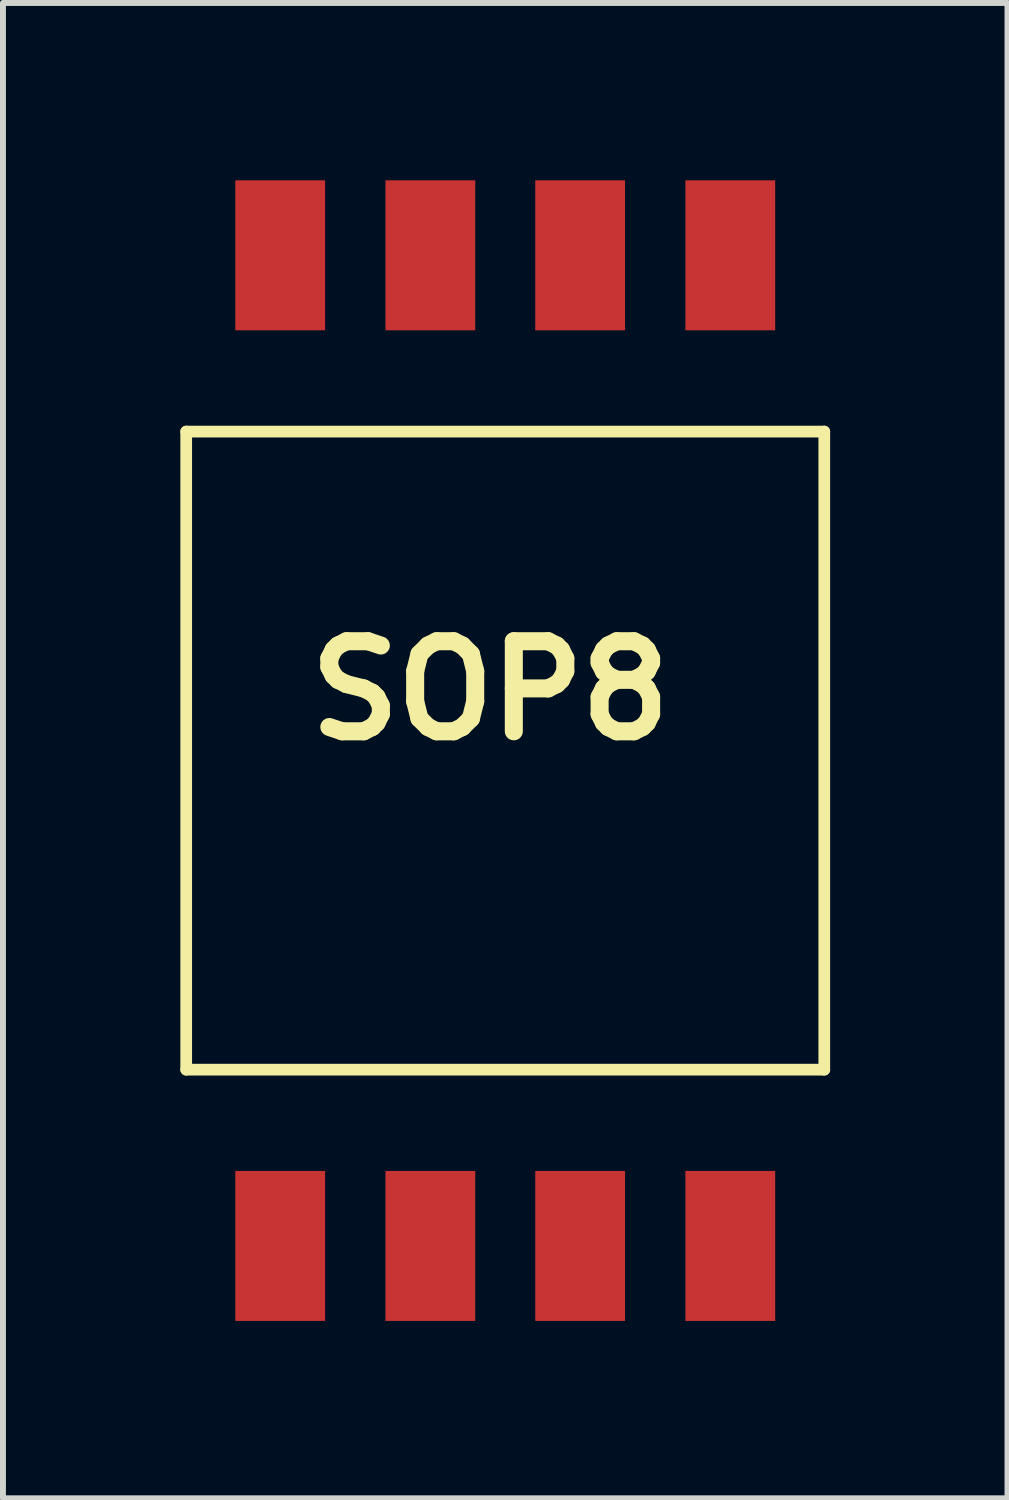
<source format=kicad_pcb>
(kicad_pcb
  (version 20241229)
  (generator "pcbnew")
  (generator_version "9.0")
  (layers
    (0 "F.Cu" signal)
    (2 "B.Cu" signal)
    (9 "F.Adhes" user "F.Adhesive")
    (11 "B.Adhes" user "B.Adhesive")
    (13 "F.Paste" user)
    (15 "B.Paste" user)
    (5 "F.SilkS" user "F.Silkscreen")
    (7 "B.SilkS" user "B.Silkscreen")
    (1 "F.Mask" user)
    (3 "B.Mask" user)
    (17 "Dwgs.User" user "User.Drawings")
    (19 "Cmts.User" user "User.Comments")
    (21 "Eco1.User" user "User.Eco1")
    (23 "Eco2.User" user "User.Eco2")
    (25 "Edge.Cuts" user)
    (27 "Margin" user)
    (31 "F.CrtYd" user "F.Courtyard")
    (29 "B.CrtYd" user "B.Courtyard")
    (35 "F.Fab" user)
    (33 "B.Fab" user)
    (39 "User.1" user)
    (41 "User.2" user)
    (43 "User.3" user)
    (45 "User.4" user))
  (footprint "SOP8"
    (layer "F.Cu")
    (at 5.497 9.648)
    (property "Reference" "SOP8" (at -0.254 -1.016 0) (layer "F.SilkS") (effects (font (size 1.524 1.524) (thickness 0.305))))
    (attr through_hole)
    (fp_line (start -5.397 -5.397) (end -5.397 5.397) (stroke (width 0.198) (type solid)) (layer "F.SilkS"))
    (fp_line (start -5.397 -5.397) (end 5.397 -5.397) (stroke (width 0.198) (type solid)) (layer "F.SilkS"))
    (fp_line (start -5.397 5.397) (end 5.397 5.397) (stroke (width 0.198) (type solid)) (layer "F.SilkS"))
    (fp_line (start 5.397 -5.397) (end 5.397 5.397) (stroke (width 0.198) (type solid)) (layer "F.SilkS"))
    (pad "1" smd rect (at -3.807 8.379 180) (size 1.519 2.537) (layers "F.Cu" "F.Mask" "F.Paste"))
    (pad "2" smd rect (at -1.267 8.379 180) (size 1.519 2.537) (layers "F.Cu" "F.Mask" "F.Paste"))
    (pad "3" smd rect (at 1.267 8.379 180) (size 1.519 2.537) (layers "F.Cu" "F.Mask" "F.Paste"))
    (pad "4" smd rect (at 3.807 8.379 180) (size 1.519 2.537) (layers "F.Cu" "F.Mask" "F.Paste"))
    (pad "5" smd rect (at 3.807 -8.379) (size 1.519 2.537) (layers "F.Cu" "F.Mask" "F.Paste"))
    (pad "6" smd rect (at 1.267 -8.379) (size 1.519 2.537) (layers "F.Cu" "F.Mask" "F.Paste"))
    (pad "7" smd rect (at -1.267 -8.379) (size 1.519 2.537) (layers "F.Cu" "F.Mask" "F.Paste"))
    (pad "8" smd rect (at -3.807 -8.379) (size 1.519 2.537) (layers "F.Cu" "F.Mask" "F.Paste")))
  (gr_rect
    (start -3 -3)
    (end 13.993 22.296)
    (stroke (width 0.1) (type default))
    (fill no)
    (layer "Edge.Cuts")))
</source>
